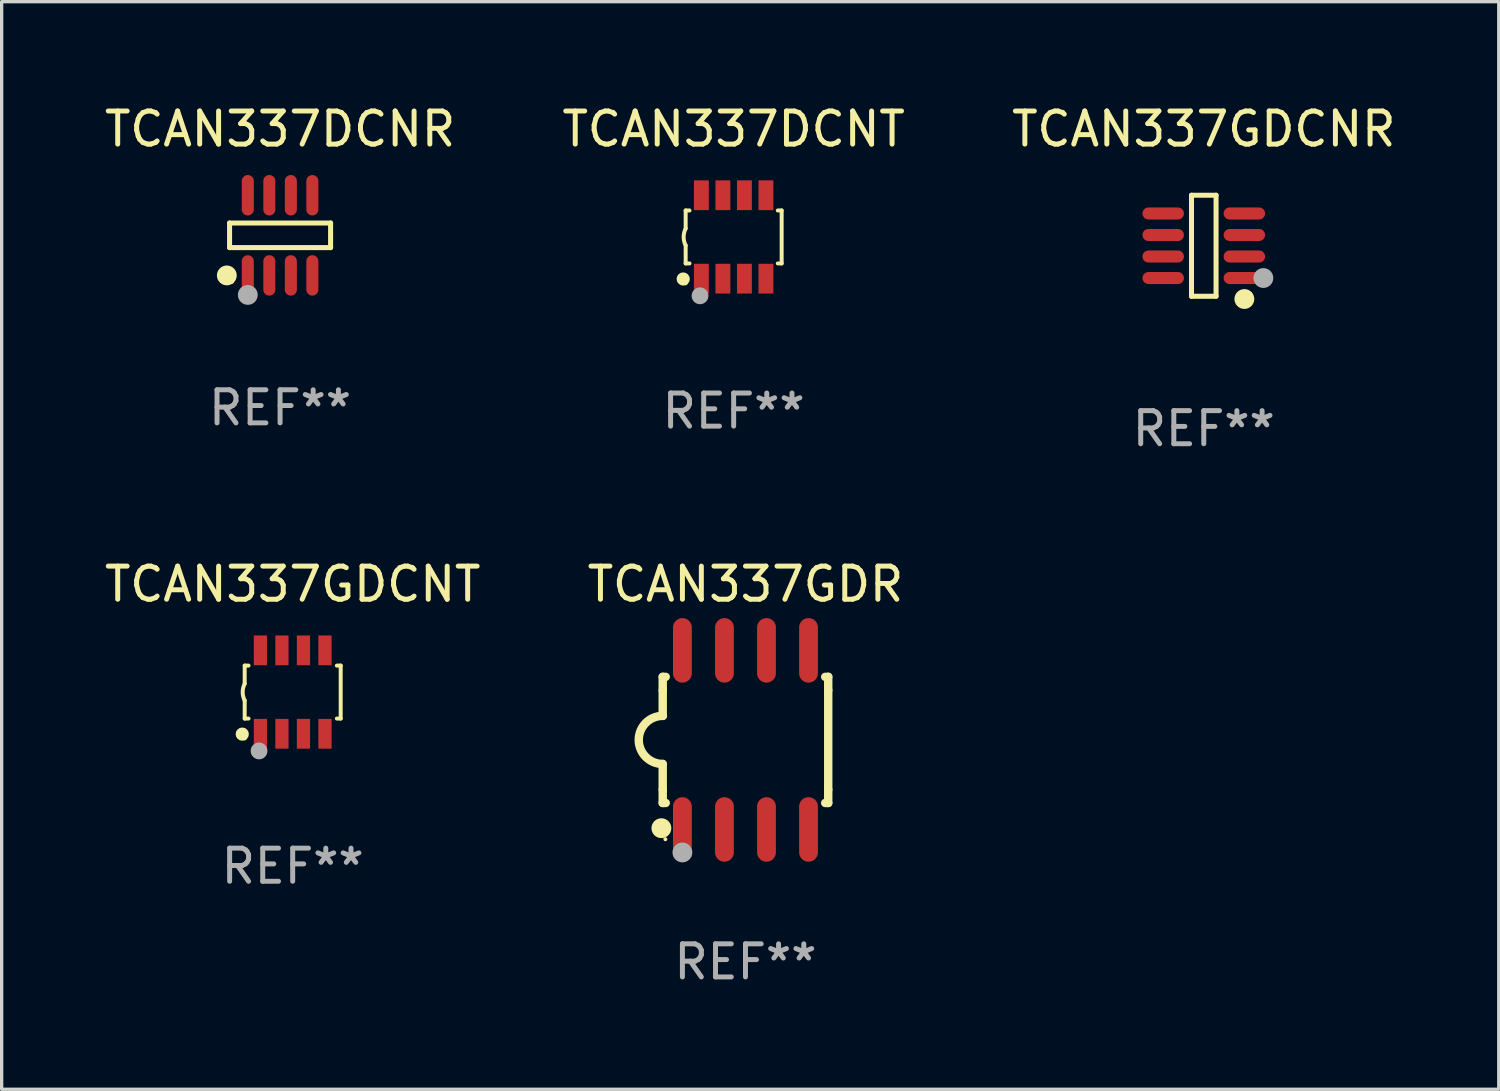
<source format=kicad_pcb>
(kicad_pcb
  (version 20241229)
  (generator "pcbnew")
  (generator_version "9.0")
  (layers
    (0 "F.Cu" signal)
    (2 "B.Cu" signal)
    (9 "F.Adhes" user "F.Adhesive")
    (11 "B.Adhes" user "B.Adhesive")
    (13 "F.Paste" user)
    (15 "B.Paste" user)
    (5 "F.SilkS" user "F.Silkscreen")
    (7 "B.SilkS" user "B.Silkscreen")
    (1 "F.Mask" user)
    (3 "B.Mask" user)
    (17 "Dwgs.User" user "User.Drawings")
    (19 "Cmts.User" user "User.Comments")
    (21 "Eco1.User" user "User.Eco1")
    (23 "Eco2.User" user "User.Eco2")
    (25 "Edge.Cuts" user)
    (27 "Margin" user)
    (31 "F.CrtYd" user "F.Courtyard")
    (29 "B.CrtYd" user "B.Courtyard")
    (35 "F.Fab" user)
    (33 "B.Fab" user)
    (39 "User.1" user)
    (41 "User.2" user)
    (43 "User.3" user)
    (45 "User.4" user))
  (footprint "TCAN337GDR"
    (layer "F.Cu")
    (at 19.47 19.302)
    (property "Reference" "TCAN337GDR" (at 0 -4.705 0) (layer "F.SilkS") (effects (font (size 1 1) (thickness 0.15))))
    (attr through_hole)
    (fp_line (start -2.5 -1.905) (end -2.409 -1.905) (stroke (width 0.254) (type solid)) (layer "F.SilkS"))
    (fp_line (start -2.5 -1.5) (end -2.5 -1.905) (stroke (width 0.254) (type solid)) (layer "F.SilkS"))
    (fp_line (start -2.5 -1.5) (end -2.5 -0.726) (stroke (width 0.254) (type solid)) (layer "F.SilkS"))
    (fp_line (start -2.5 1.5) (end -2.5 0.727) (stroke (width 0.254) (type solid)) (layer "F.SilkS"))
    (fp_line (start -2.5 1.5) (end -2.5 1.905) (stroke (width 0.254) (type solid)) (layer "F.SilkS"))
    (fp_line (start -2.5 1.905) (end -2.409 1.905) (stroke (width 0.254) (type solid)) (layer "F.SilkS"))
    (fp_line (start 2.5 -1.905) (end 2.409 -1.905) (stroke (width 0.254) (type solid)) (layer "F.SilkS"))
    (fp_line (start 2.5 -1.5) (end 2.5 -1.905) (stroke (width 0.254) (type solid)) (layer "F.SilkS"))
    (fp_line (start 2.5 -1.5) (end 2.5 1.5) (stroke (width 0.254) (type solid)) (layer "F.SilkS"))
    (fp_line (start 2.5 1.5) (end 2.5 1.905) (stroke (width 0.254) (type solid)) (layer "F.SilkS"))
    (fp_line (start 2.5 1.905) (end 2.409 1.905) (stroke (width 0.254) (type solid)) (layer "F.SilkS"))
    (fp_arc (start -2.5 0.726568) (mid -3.220316 -0.0023) (end -2.495097 -0.726289) (stroke (width 0.254001) (type solid)) (layer "F.SilkS"))
    (fp_circle (center -2.54 2.667) (end -2.39 2.667) (stroke (width 0.3) (type solid)) (fill no) (layer "F.SilkS"))
    (fp_circle (center -2.42 3) (end -2.39 3) (stroke (width 0.06) (type solid)) (fill no) (layer "F.SilkS"))
    (fp_circle (center -1.905 3.4) (end -1.755 3.4) (stroke (width 0.3) (type solid)) (fill no) (layer "F.Fab"))
    (fp_text user "REF**" (at 0 6.705 0) (layer "F.Fab") (effects (font (size 1 1) (thickness 0.15))))
    (pad "1" smd oval (at -1.905 2.705) (size 0.568 1.95) (layers "F.Cu" "F.Mask" "F.Paste"))
    (pad "2" smd oval (at -0.635 2.705) (size 0.568 1.95) (layers "F.Cu" "F.Mask" "F.Paste"))
    (pad "3" smd oval (at 0.635 2.705) (size 0.568 1.95) (layers "F.Cu" "F.Mask" "F.Paste"))
    (pad "4" smd oval (at 1.905 2.705) (size 0.568 1.95) (layers "F.Cu" "F.Mask" "F.Paste"))
    (pad "5" smd oval (at 1.905 -2.705) (size 0.568 1.95) (layers "F.Cu" "F.Mask" "F.Paste"))
    (pad "6" smd oval (at 0.635 -2.705) (size 0.568 1.95) (layers "F.Cu" "F.Mask" "F.Paste"))
    (pad "7" smd oval (at -0.635 -2.705) (size 0.568 1.95) (layers "F.Cu" "F.Mask" "F.Paste"))
    (pad "8" smd oval (at -1.905 -2.705) (size 0.568 1.95) (layers "F.Cu" "F.Mask" "F.Paste")))
  (footprint "TCAN337GDCNT"
    (layer "F.Cu")
    (at 5.792 17.857)
    (property "Reference" "TCAN337GDCNT" (at 0 -3.26 0) (layer "F.SilkS") (effects (font (size 1 1) (thickness 0.15))))
    (attr through_hole)
    (fp_line (start -1.45 -0.8) (end -1.45 -0.254) (stroke (width 0.12) (type solid)) (layer "F.SilkS"))
    (fp_line (start -1.45 -0.8) (end -1.334 -0.8) (stroke (width 0.12) (type solid)) (layer "F.SilkS"))
    (fp_line (start -1.45 0.8) (end -1.45 0.254) (stroke (width 0.12) (type solid)) (layer "F.SilkS"))
    (fp_line (start -1.45 0.8) (end -1.334 0.8) (stroke (width 0.12) (type solid)) (layer "F.SilkS"))
    (fp_line (start 1.334 -0.8) (end 1.45 -0.8) (stroke (width 0.12) (type solid)) (layer "F.SilkS"))
    (fp_line (start 1.334 0.8) (end 1.45 0.8) (stroke (width 0.12) (type solid)) (layer "F.SilkS"))
    (fp_line (start 1.45 0.8) (end 1.45 -0.8) (stroke (width 0.12) (type solid)) (layer "F.SilkS"))
    (fp_arc (start -1.45075 0.255144) (mid -1.510605 0.000434) (end -1.450013 -0.254102) (stroke (width 0.11999) (type solid)) (layer "F.SilkS"))
    (fp_circle (center -1.524 1.27) (end -1.424 1.27) (stroke (width 0.2) (type solid)) (fill no) (layer "F.SilkS"))
    (fp_circle (center -1.45 1.4) (end -1.42 1.4) (stroke (width 0.06) (type solid)) (fill no) (layer "F.SilkS"))
    (fp_circle (center -1.016 1.778) (end -0.889 1.778) (stroke (width 0.254) (type solid)) (fill no) (layer "F.Fab"))
    (fp_text user "REF**" (at 0 5.26 0) (layer "F.Fab") (effects (font (size 1 1) (thickness 0.15))))
    (pad "1" smd rect (at -0.975 1.26) (size 0.4 0.9) (layers "F.Cu" "F.Mask" "F.Paste"))
    (pad "2" smd rect (at -0.325 1.26) (size 0.4 0.9) (layers "F.Cu" "F.Mask" "F.Paste"))
    (pad "3" smd rect (at 0.325 1.26) (size 0.4 0.9) (layers "F.Cu" "F.Mask" "F.Paste"))
    (pad "4" smd rect (at 0.975 1.26) (size 0.4 0.9) (layers "F.Cu" "F.Mask" "F.Paste"))
    (pad "5" smd rect (at 0.975 -1.26) (size 0.4 0.9) (layers "F.Cu" "F.Mask" "F.Paste"))
    (pad "6" smd rect (at 0.325 -1.26) (size 0.4 0.9) (layers "F.Cu" "F.Mask" "F.Paste"))
    (pad "7" smd rect (at -0.325 -1.26) (size 0.4 0.9) (layers "F.Cu" "F.Mask" "F.Paste"))
    (pad "8" smd rect (at -0.975 -1.26) (size 0.4 0.9) (layers "F.Cu" "F.Mask" "F.Paste")))
  (footprint "TCAN337DCNT"
    (layer "F.Cu")
    (at 19.113 4.108)
    (property "Reference" "TCAN337DCNT" (at 0 -3.26 0) (layer "F.SilkS") (effects (font (size 1 1) (thickness 0.15))))
    (attr through_hole)
    (fp_line (start -1.45 -0.8) (end -1.45 -0.254) (stroke (width 0.12) (type solid)) (layer "F.SilkS"))
    (fp_line (start -1.45 -0.8) (end -1.334 -0.8) (stroke (width 0.12) (type solid)) (layer "F.SilkS"))
    (fp_line (start -1.45 0.8) (end -1.45 0.254) (stroke (width 0.12) (type solid)) (layer "F.SilkS"))
    (fp_line (start -1.45 0.8) (end -1.334 0.8) (stroke (width 0.12) (type solid)) (layer "F.SilkS"))
    (fp_line (start 1.334 -0.8) (end 1.45 -0.8) (stroke (width 0.12) (type solid)) (layer "F.SilkS"))
    (fp_line (start 1.334 0.8) (end 1.45 0.8) (stroke (width 0.12) (type solid)) (layer "F.SilkS"))
    (fp_line (start 1.45 0.8) (end 1.45 -0.8) (stroke (width 0.12) (type solid)) (layer "F.SilkS"))
    (fp_arc (start -1.45075 0.255144) (mid -1.510605 0.000434) (end -1.450013 -0.254102) (stroke (width 0.11999) (type solid)) (layer "F.SilkS"))
    (fp_circle (center -1.524 1.27) (end -1.424 1.27) (stroke (width 0.2) (type solid)) (fill no) (layer "F.SilkS"))
    (fp_circle (center -1.45 1.4) (end -1.42 1.4) (stroke (width 0.06) (type solid)) (fill no) (layer "F.SilkS"))
    (fp_circle (center -1.016 1.778) (end -0.889 1.778) (stroke (width 0.254) (type solid)) (fill no) (layer "F.Fab"))
    (fp_text user "REF**" (at 0 5.26 0) (layer "F.Fab") (effects (font (size 1 1) (thickness 0.15))))
    (pad "1" smd rect (at -0.975 1.26) (size 0.45 0.9) (layers "F.Cu" "F.Mask" "F.Paste"))
    (pad "2" smd rect (at -0.325 1.26) (size 0.45 0.9) (layers "F.Cu" "F.Mask" "F.Paste"))
    (pad "3" smd rect (at 0.325 1.26) (size 0.45 0.9) (layers "F.Cu" "F.Mask" "F.Paste"))
    (pad "4" smd rect (at 0.975 1.26) (size 0.45 0.9) (layers "F.Cu" "F.Mask" "F.Paste"))
    (pad "5" smd rect (at 0.975 -1.26) (size 0.45 0.9) (layers "F.Cu" "F.Mask" "F.Paste"))
    (pad "6" smd rect (at 0.325 -1.26) (size 0.45 0.9) (layers "F.Cu" "F.Mask" "F.Paste"))
    (pad "7" smd rect (at -0.325 -1.26) (size 0.45 0.9) (layers "F.Cu" "F.Mask" "F.Paste"))
    (pad "8" smd rect (at -0.975 -1.26) (size 0.45 0.9) (layers "F.Cu" "F.Mask" "F.Paste")))
  (footprint "TCAN337DCNR"
    (layer "F.Cu")
    (at 5.411 4.059)
    (property "Reference" "TCAN337DCNR" (at 0 -3.211 0) (layer "F.SilkS") (effects (font (size 1 1) (thickness 0.15))))
    (attr through_hole)
    (fp_line (start -1.526 -0.371) (end 1.526 -0.371) (stroke (width 0.152) (type solid)) (layer "F.SilkS"))
    (fp_line (start -1.526 0.371) (end -1.526 -0.371) (stroke (width 0.152) (type solid)) (layer "F.SilkS"))
    (fp_line (start 1.526 -0.371) (end 1.526 0.371) (stroke (width 0.152) (type solid)) (layer "F.SilkS"))
    (fp_line (start 1.526 0.371) (end -1.526 0.371) (stroke (width 0.152) (type solid)) (layer "F.SilkS"))
    (fp_circle (center -1.609 1.211) (end -1.459 1.211) (stroke (width 0.3) (type solid)) (fill no) (layer "F.SilkS"))
    (fp_circle (center -1.45 1.4) (end -1.42 1.4) (stroke (width 0.06) (type solid)) (fill no) (layer "F.SilkS"))
    (fp_circle (center -0.975 1.8) (end -0.825 1.8) (stroke (width 0.3) (type solid)) (fill no) (layer "F.Fab"))
    (fp_text user "REF**" (at 0 5.211 0) (layer "F.Fab") (effects (font (size 1 1) (thickness 0.15))))
    (pad "1" smd oval (at -0.975 1.211) (size 0.364 1.222) (layers "F.Cu" "F.Mask" "F.Paste"))
    (pad "2" smd oval (at -0.325 1.211) (size 0.364 1.222) (layers "F.Cu" "F.Mask" "F.Paste"))
    (pad "3" smd oval (at 0.325 1.211) (size 0.364 1.222) (layers "F.Cu" "F.Mask" "F.Paste"))
    (pad "4" smd oval (at 0.975 1.211) (size 0.364 1.222) (layers "F.Cu" "F.Mask" "F.Paste"))
    (pad "5" smd oval (at 0.975 -1.211) (size 0.364 1.222) (layers "F.Cu" "F.Mask" "F.Paste"))
    (pad "6" smd oval (at 0.325 -1.211) (size 0.364 1.222) (layers "F.Cu" "F.Mask" "F.Paste"))
    (pad "7" smd oval (at -0.325 -1.211) (size 0.364 1.222) (layers "F.Cu" "F.Mask" "F.Paste"))
    (pad "8" smd oval (at -0.975 -1.211) (size 0.364 1.222) (layers "F.Cu" "F.Mask" "F.Paste")))
  (footprint "TCAN337GDCNR"
    (layer "F.Cu")
    (at 33.315 4.374)
    (property "Reference" "TCAN337GDCNR" (at 0 -3.526 0) (layer "F.SilkS") (effects (font (size 1 1) (thickness 0.15))))
    (attr through_hole)
    (fp_line (start -0.371 -1.526) (end 0.371 -1.526) (stroke (width 0.152) (type solid)) (layer "F.SilkS"))
    (fp_line (start -0.371 1.526) (end -0.371 -1.526) (stroke (width 0.152) (type solid)) (layer "F.SilkS"))
    (fp_line (start 0.371 -1.526) (end 0.371 1.526) (stroke (width 0.152) (type solid)) (layer "F.SilkS"))
    (fp_line (start 0.371 1.526) (end -0.371 1.526) (stroke (width 0.152) (type solid)) (layer "F.SilkS"))
    (fp_circle (center 1.226 1.609) (end 1.376 1.609) (stroke (width 0.3) (type solid)) (fill no) (layer "F.SilkS"))
    (fp_circle (center 1.4 1.45) (end 1.43 1.45) (stroke (width 0.06) (type solid)) (fill no) (layer "F.SilkS"))
    (fp_circle (center 1.8 0.975) (end 1.95 0.975) (stroke (width 0.3) (type solid)) (fill no) (layer "F.Fab"))
    (fp_text user "REF**" (at 0 5.526 0) (layer "F.Fab") (effects (font (size 1 1) (thickness 0.15))))
    (pad "1" smd oval (at 1.226 0.975) (size 1.252 0.364) (layers "F.Cu" "F.Mask" "F.Paste"))
    (pad "2" smd oval (at 1.226 0.325) (size 1.252 0.364) (layers "F.Cu" "F.Mask" "F.Paste"))
    (pad "3" smd oval (at 1.226 -0.325) (size 1.252 0.364) (layers "F.Cu" "F.Mask" "F.Paste"))
    (pad "4" smd oval (at 1.226 -0.975) (size 1.252 0.364) (layers "F.Cu" "F.Mask" "F.Paste"))
    (pad "5" smd oval (at -1.226 -0.975) (size 1.252 0.364) (layers "F.Cu" "F.Mask" "F.Paste"))
    (pad "6" smd oval (at -1.226 -0.325) (size 1.252 0.364) (layers "F.Cu" "F.Mask" "F.Paste"))
    (pad "7" smd oval (at -1.226 0.325) (size 1.252 0.364) (layers "F.Cu" "F.Mask" "F.Paste"))
    (pad "8" smd oval (at -1.226 0.975) (size 1.252 0.364) (layers "F.Cu" "F.Mask" "F.Paste")))
  (gr_rect
    (start -3 -3)
    (end 42.226 29.856)
    (stroke (width 0.1) (type default))
    (fill no)
    (layer "Edge.Cuts")))
</source>
